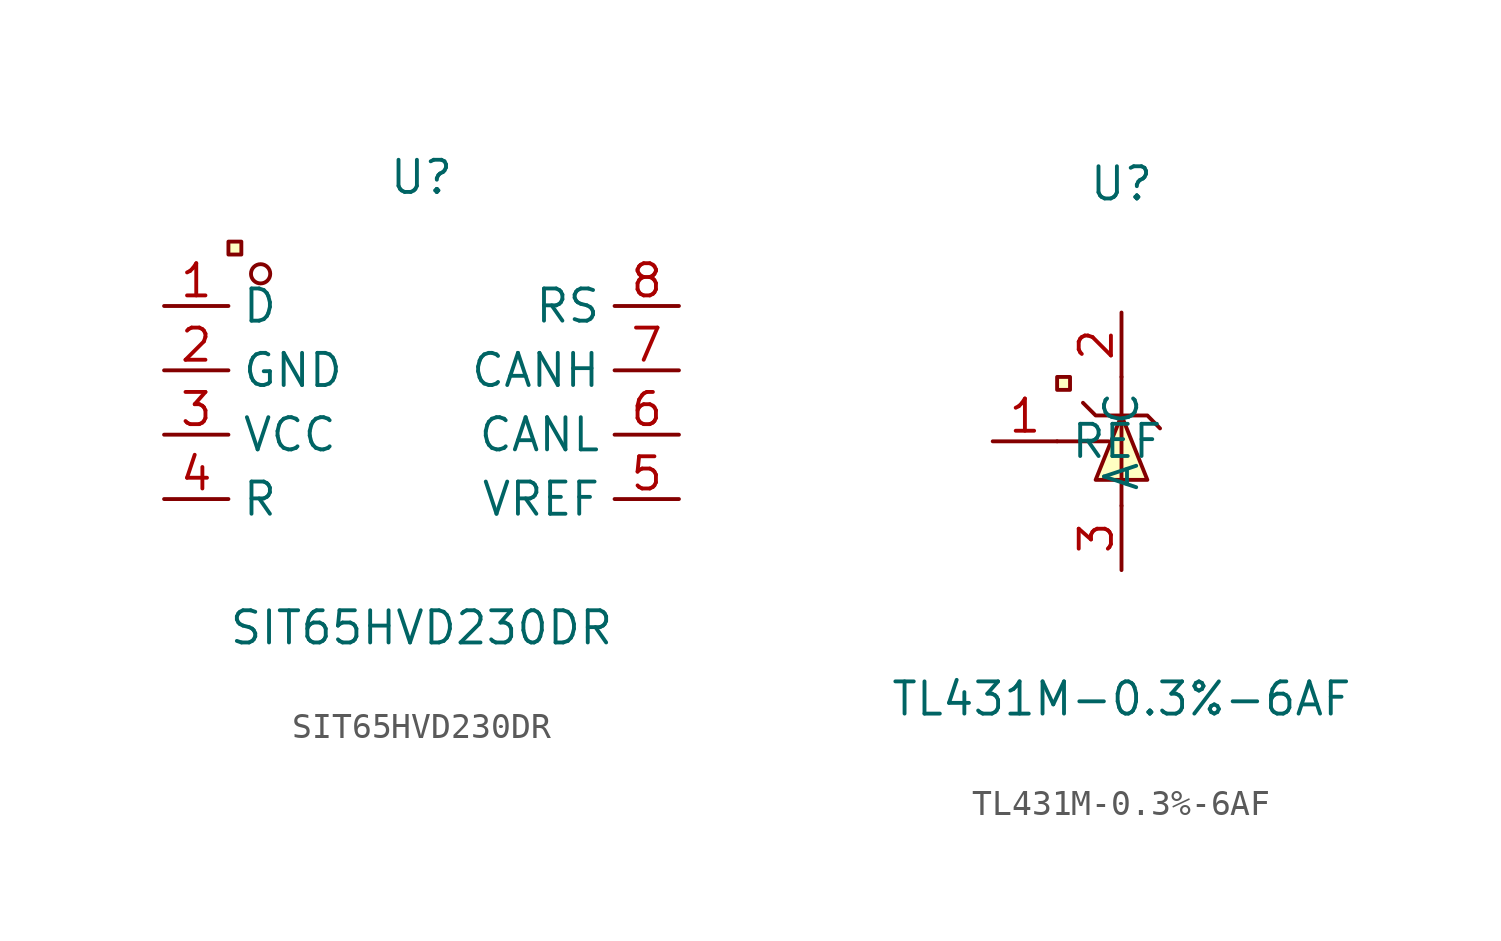
<source format=kicad_sym>
(kicad_symbol_lib
  (version 20241209)
  (generator "kicad_symbol_editor")
  (generator_version "9.0")
  (symbol "SIT65HVD230DR"
    (property "Reference" "U"
      (at 0 10.16 0)
      (effects (font (size 1.27 1.27))))
    (property "Value" "SIT65HVD230DR"
      (at 0 -7.62 0)
      (effects (font (size 1.27 1.27))))
    (symbol "SIT65HVD230DR_0_1"
      (rectangle (start -7.62 7.62) (end -7.11 7.11) (stroke (width 0) (type default)) (fill (type background)))
      (circle (center -6.35 6.35) (radius 0.38) (stroke (width 0) (type default)) (fill (type none)))
      (pin unspecified line (at -10.16 5.08 0) (length 2.54) (name "D" (effects (font (size 1.27 1.27)))) (number "1" (effects (font (size 1.27 1.27)))))
      (pin unspecified line (at -10.16 2.54 0) (length 2.54) (name "GND" (effects (font (size 1.27 1.27)))) (number "2" (effects (font (size 1.27 1.27)))))
      (pin unspecified line (at -10.16 0 0) (length 2.54) (name "VCC" (effects (font (size 1.27 1.27)))) (number "3" (effects (font (size 1.27 1.27)))))
      (pin unspecified line (at -10.16 -2.54 0) (length 2.54) (name "R" (effects (font (size 1.27 1.27)))) (number "4" (effects (font (size 1.27 1.27)))))
      (pin unspecified line (at 10.16 5.08 180) (length 2.54) (name "RS" (effects (font (size 1.27 1.27)))) (number "8" (effects (font (size 1.27 1.27)))))
      (pin unspecified line (at 10.16 2.54 180) (length 2.54) (name "CANH" (effects (font (size 1.27 1.27)))) (number "7" (effects (font (size 1.27 1.27)))))
      (pin unspecified line (at 10.16 0 180) (length 2.54) (name "CANL" (effects (font (size 1.27 1.27)))) (number "6" (effects (font (size 1.27 1.27)))))
      (pin unspecified line (at 10.16 -2.54 180) (length 2.54) (name "VREF" (effects (font (size 1.27 1.27)))) (number "5" (effects (font (size 1.27 1.27)))))))
  (symbol "TL431M-0.3%-6AF"
    (property "Reference" "U"
      (at 0 10.16 0)
      (effects (font (size 1.27 1.27))))
    (property "Value" "TL431M-0.3%-6AF"
      (at 0 -10.16 0)
      (effects (font (size 1.27 1.27))))
    (symbol "TL431M-0.3%-6AF_0_1"
      (rectangle (start -2.54 2.54) (end -2.03 2.03) (stroke (width 0) (type default)) (fill (type background)))
      (polyline (pts (xy -2.54 0) (xy -0.51 0)) (stroke (width 0) (type default)) (fill (type none)))
      (polyline (pts (xy -1.52 1.52) (xy -1.02 1.02) (xy 1.02 1.02) (xy 1.52 0.51)) (stroke (width 0) (type default)) (fill (type none)))
      (polyline (pts (xy 0 1.02) (xy -1.02 -1.52) (xy 1.02 -1.52) (xy 0 1.02) (xy 0 1.02)) (stroke (width 0) (type default)) (fill (type background)))
      (polyline (pts (xy 0 -2.54) (xy 0 2.54)) (stroke (width 0) (type default)) (fill (type none)))
      (pin unspecified line (at -5.08 0 0) (length 2.54) (name "REF" (effects (font (size 1.27 1.27)))) (number "1" (effects (font (size 1.27 1.27)))))
      (pin unspecified line (at 0 5.08 270) (length 2.54) (name "C" (effects (font (size 1.27 1.27)))) (number "2" (effects (font (size 1.27 1.27)))))
      (pin unspecified line (at 0 -5.08 90) (length 2.54) (name "A" (effects (font (size 1.27 1.27)))) (number "3" (effects (font (size 1.27 1.27))))))))
</source>
